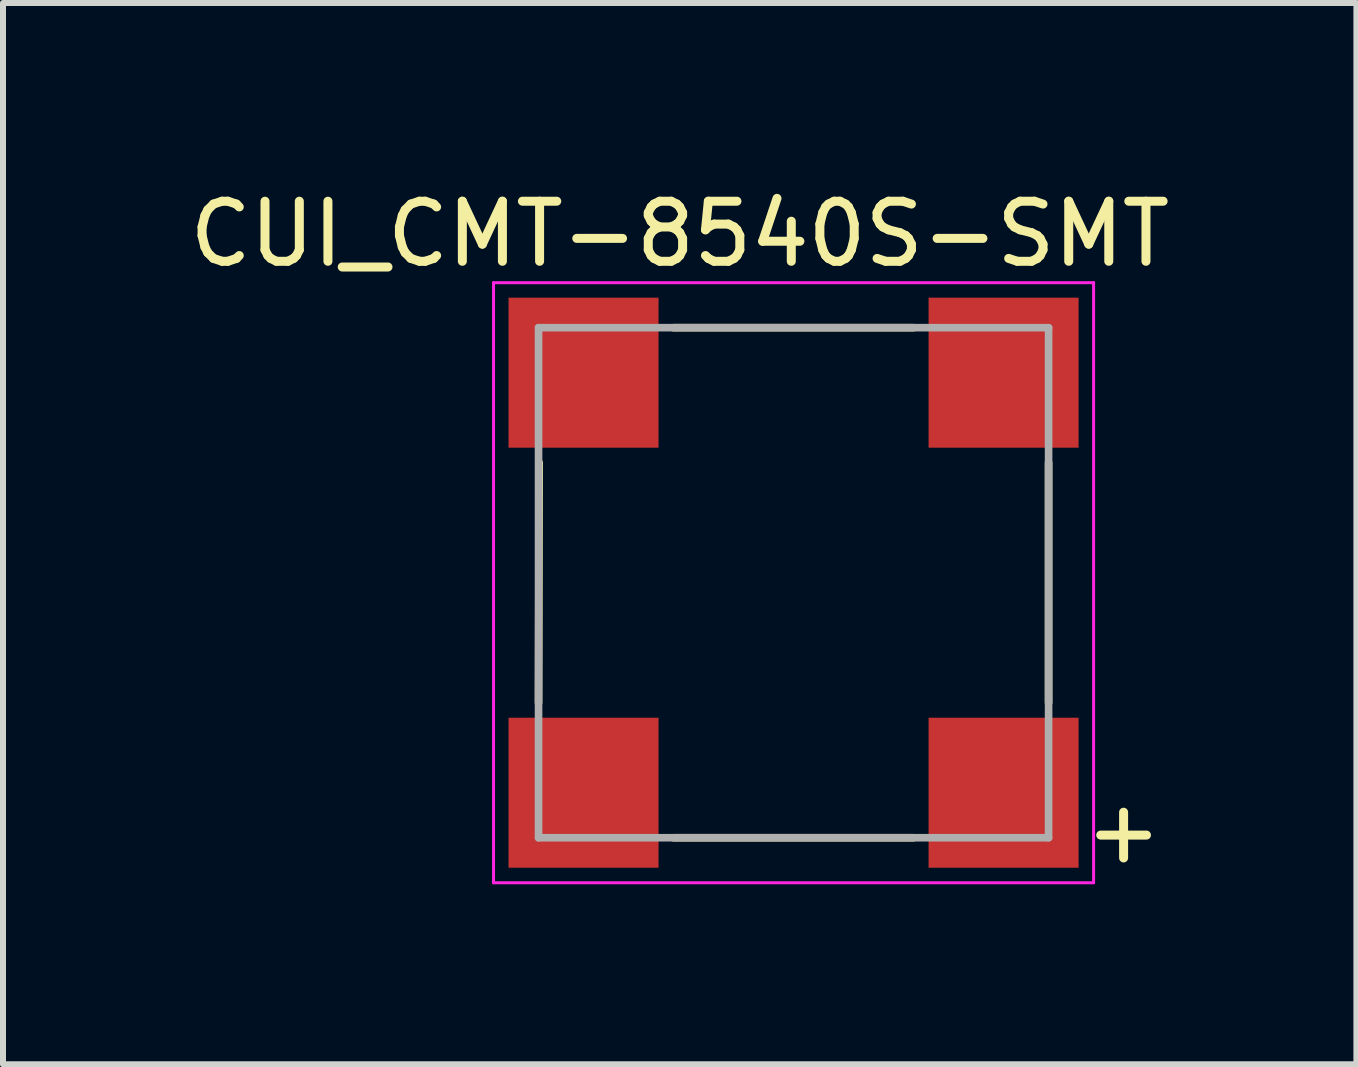
<source format=kicad_pcb>
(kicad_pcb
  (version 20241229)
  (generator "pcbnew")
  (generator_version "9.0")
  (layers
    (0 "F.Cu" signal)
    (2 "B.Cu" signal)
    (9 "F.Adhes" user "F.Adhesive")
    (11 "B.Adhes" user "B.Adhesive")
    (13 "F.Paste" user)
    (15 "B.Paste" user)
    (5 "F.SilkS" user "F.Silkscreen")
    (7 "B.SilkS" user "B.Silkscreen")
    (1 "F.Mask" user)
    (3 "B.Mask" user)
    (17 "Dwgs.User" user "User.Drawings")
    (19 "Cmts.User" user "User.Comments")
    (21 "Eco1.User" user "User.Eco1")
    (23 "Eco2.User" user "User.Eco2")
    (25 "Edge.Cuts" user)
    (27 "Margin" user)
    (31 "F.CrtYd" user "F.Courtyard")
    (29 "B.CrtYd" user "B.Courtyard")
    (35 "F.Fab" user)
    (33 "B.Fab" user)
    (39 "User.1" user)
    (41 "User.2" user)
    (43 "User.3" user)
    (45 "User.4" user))
  (footprint "CUI_CMT-8540S-SMT"
    (layer "F.Cu")
    (at 10.175 6.661)
    (property "Reference" "CUI_CMT-8540S-SMT" (at -1.897 -5.812 0) (layer "F.SilkS") (effects (font (size 1.001 1.001) (thickness 0.15))))
    (attr smd)
    (fp_line (start -4.24 -2) (end -4.25 2) (stroke (width 0.127) (type solid)) (layer "F.SilkS"))
    (fp_line (start -2 -4.25) (end 2 -4.25) (stroke (width 0.127) (type solid)) (layer "F.SilkS"))
    (fp_line (start 2 4.25) (end -2 4.25) (stroke (width 0.127) (type solid)) (layer "F.SilkS"))
    (fp_line (start 4.25 -2) (end 4.25 2) (stroke (width 0.127) (type solid)) (layer "F.SilkS"))
    (fp_line (start -5 -5) (end -5 5) (stroke (width 0.05) (type solid)) (layer "F.CrtYd"))
    (fp_line (start 5 -5) (end -5 -5) (stroke (width 0.05) (type solid)) (layer "F.CrtYd"))
    (fp_line (start 5 -5) (end 5 5) (stroke (width 0.05) (type solid)) (layer "F.CrtYd"))
    (fp_line (start 5 5) (end -5 5) (stroke (width 0.05) (type solid)) (layer "F.CrtYd"))
    (fp_line (start -4.25 -4.25) (end 4.25 -4.25) (stroke (width 0.127) (type solid)) (layer "F.Fab"))
    (fp_line (start -4.25 4.25) (end -4.25 -4.25) (stroke (width 0.127) (type solid)) (layer "F.Fab"))
    (fp_line (start 4.25 -4.25) (end 4.25 4.25) (stroke (width 0.127) (type solid)) (layer "F.Fab"))
    (fp_line (start 4.25 4.25) (end -4.25 4.25) (stroke (width 0.127) (type solid)) (layer "F.Fab"))
    (fp_text user "+" (at 5.5 4.132 0) (layer "F.SilkS") (effects (font (size 1 1) (thickness 0.15))))
    (pad "1" smd rect (at 3.5 3.5) (size 2.5 2.5) (layers "F.Cu" "F.Mask" "F.Paste"))
    (pad "2" smd rect (at 3.5 -3.5) (size 2.5 2.5) (layers "F.Cu" "F.Mask" "F.Paste"))
    (pad "MP" smd rect (at -3.5 -3.5) (size 2.5 2.5) (layers "F.Cu" "F.Mask" "F.Paste"))
    (pad "MP" smd rect (at -3.5 3.5) (size 2.5 2.5) (layers "F.Cu" "F.Mask" "F.Paste")))
  (gr_rect
    (start -3 -3)
    (end 19.555 14.686)
    (stroke (width 0.1) (type default))
    (fill no)
    (layer "Edge.Cuts")))
</source>
